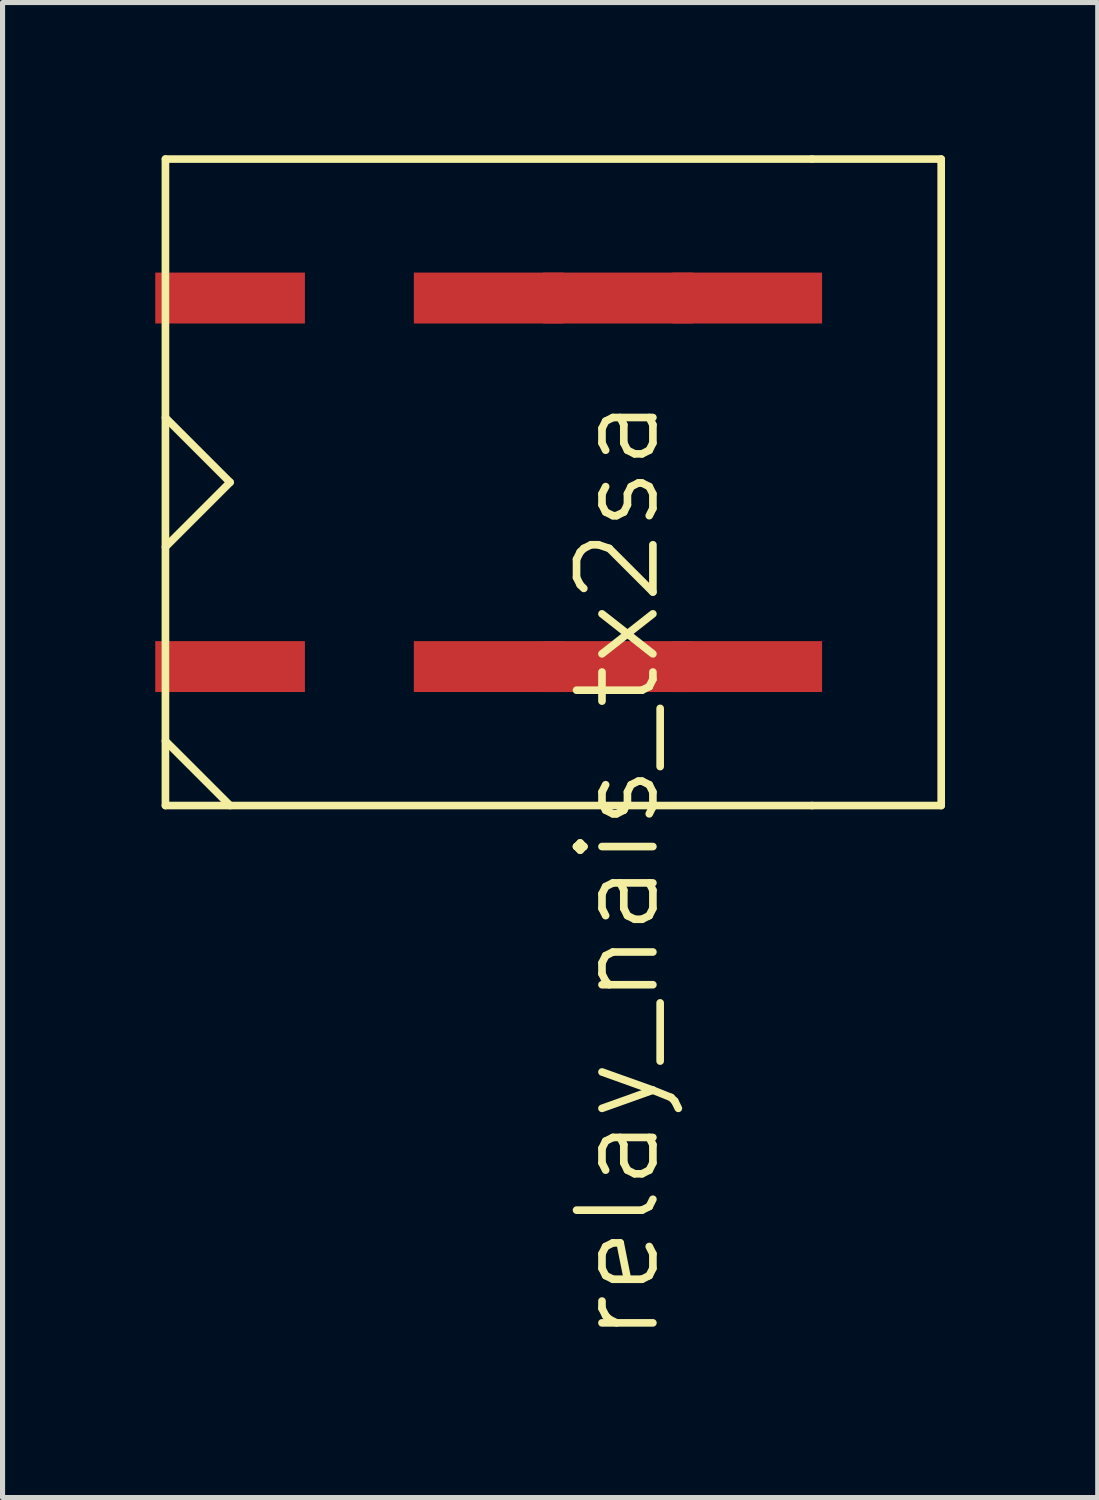
<source format=kicad_pcb>
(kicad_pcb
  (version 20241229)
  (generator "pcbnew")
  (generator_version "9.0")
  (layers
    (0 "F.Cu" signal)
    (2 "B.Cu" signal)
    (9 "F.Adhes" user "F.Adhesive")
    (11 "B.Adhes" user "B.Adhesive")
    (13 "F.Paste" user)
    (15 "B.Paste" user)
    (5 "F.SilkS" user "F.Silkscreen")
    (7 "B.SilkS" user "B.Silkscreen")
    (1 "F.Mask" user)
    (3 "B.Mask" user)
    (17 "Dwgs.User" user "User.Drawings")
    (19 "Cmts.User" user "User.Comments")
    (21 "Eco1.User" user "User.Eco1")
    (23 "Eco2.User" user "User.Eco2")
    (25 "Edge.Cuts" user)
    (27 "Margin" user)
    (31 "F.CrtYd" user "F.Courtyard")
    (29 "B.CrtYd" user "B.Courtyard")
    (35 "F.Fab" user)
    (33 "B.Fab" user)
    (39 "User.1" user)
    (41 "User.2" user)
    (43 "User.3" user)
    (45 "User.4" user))
  (footprint "relay_nais_tx2sa"
    (layer "F.Cu")
    (at 6.55 6.425)
    (property "Reference" "relay_nais_tx2sa" (at 2.54 7.62 90) (layer "F.SilkS") (effects (font (size 1.5 1.5) (thickness 0.15))))
    (attr through_hole)
    (fp_line (start -6.35 -6.35) (end -6.35 6.35) (stroke (width 0.15) (type solid)) (layer "F.SilkS"))
    (fp_line (start -6.35 -1.27) (end -5.08 0) (stroke (width 0.15) (type solid)) (layer "F.SilkS"))
    (fp_line (start -6.35 5.08) (end -5.08 6.35) (stroke (width 0.15) (type solid)) (layer "F.SilkS"))
    (fp_line (start -5.08 0) (end -6.35 1.27) (stroke (width 0.15) (type solid)) (layer "F.SilkS"))
    (fp_line (start 6.35 -6.35) (end -6.35 -6.35) (stroke (width 0.15) (type solid)) (layer "F.SilkS"))
    (fp_line (start 6.35 -6.35) (end 8.89 -6.35) (stroke (width 0.15) (type solid)) (layer "F.SilkS"))
    (fp_line (start 6.35 6.35) (end -6.35 6.35) (stroke (width 0.15) (type solid)) (layer "F.SilkS"))
    (fp_line (start 8.89 -6.35) (end 8.89 6.35) (stroke (width 0.15) (type solid)) (layer "F.SilkS"))
    (fp_line (start 8.89 6.35) (end 6.35 6.35) (stroke (width 0.15) (type solid)) (layer "F.SilkS"))
    (pad "1" smd rect (at -5.08 3.62 90) (size 1 2.94) (layers "F.Cu" "F.Mask" "F.Paste"))
    (pad "3" smd rect (at 0 3.62 90) (size 1 2.94) (layers "F.Cu" "F.Mask" "F.Paste"))
    (pad "4" smd rect (at 2.54 3.62 90) (size 1 2.94) (layers "F.Cu" "F.Mask" "F.Paste"))
    (pad "5" smd rect (at 5.08 3.62 90) (size 1 2.94) (layers "F.Cu" "F.Mask" "F.Paste"))
    (pad "8" smd rect (at 5.08 -3.62 90) (size 1 2.94) (layers "F.Cu" "F.Mask" "F.Paste"))
    (pad "9" smd rect (at 2.54 -3.62 90) (size 1 2.94) (layers "F.Cu" "F.Mask" "F.Paste"))
    (pad "10" smd rect (at 0 -3.62 90) (size 1 2.94) (layers "F.Cu" "F.Mask" "F.Paste"))
    (pad "12" smd rect (at -5.08 -3.62 90) (size 1 2.94) (layers "F.Cu" "F.Mask" "F.Paste")))
  (gr_rect
    (start -3 -3)
    (end 18.515 26.37)
    (stroke (width 0.1) (type default))
    (fill no)
    (layer "Edge.Cuts")))
</source>
